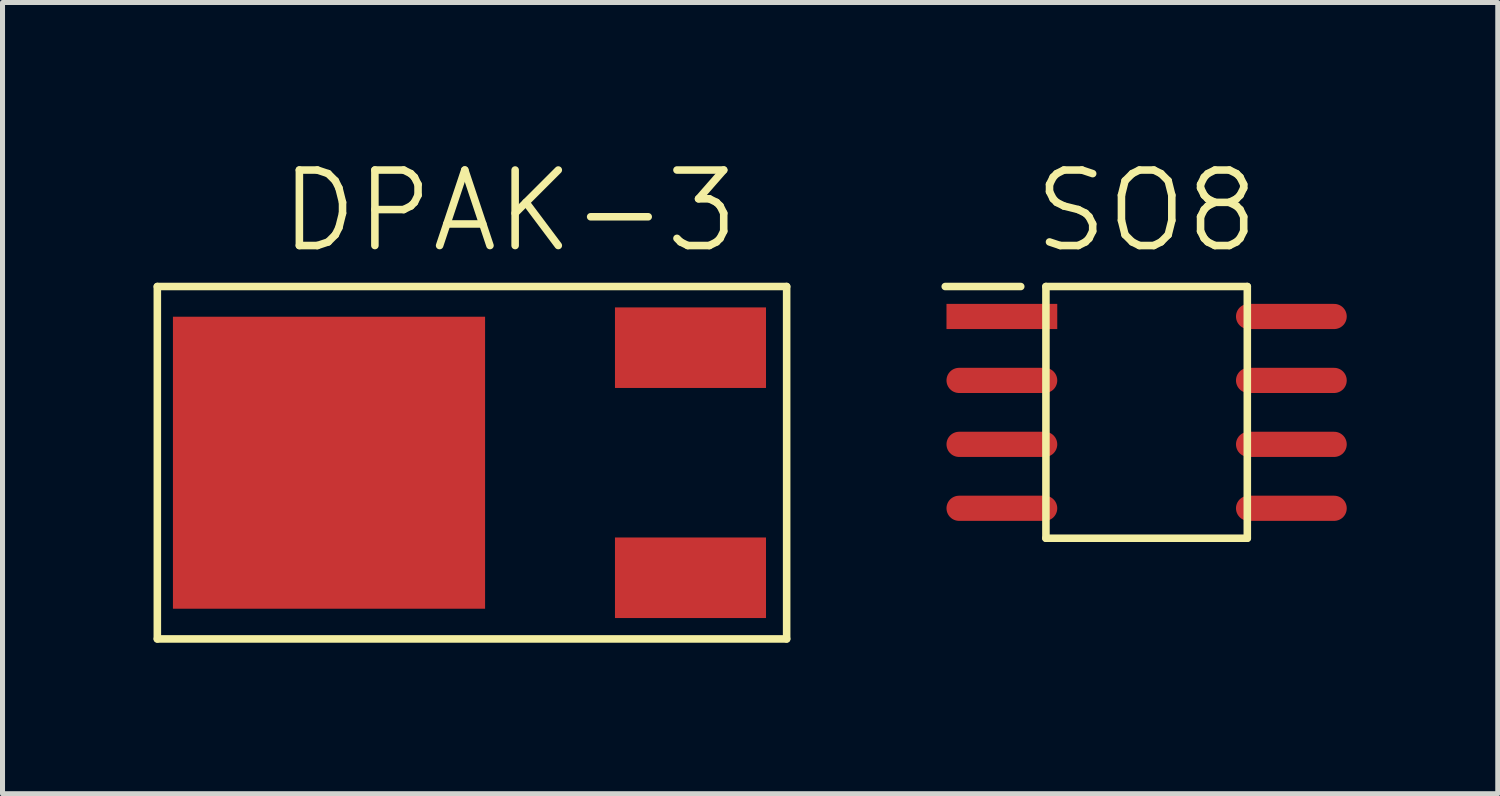
<source format=kicad_pcb>
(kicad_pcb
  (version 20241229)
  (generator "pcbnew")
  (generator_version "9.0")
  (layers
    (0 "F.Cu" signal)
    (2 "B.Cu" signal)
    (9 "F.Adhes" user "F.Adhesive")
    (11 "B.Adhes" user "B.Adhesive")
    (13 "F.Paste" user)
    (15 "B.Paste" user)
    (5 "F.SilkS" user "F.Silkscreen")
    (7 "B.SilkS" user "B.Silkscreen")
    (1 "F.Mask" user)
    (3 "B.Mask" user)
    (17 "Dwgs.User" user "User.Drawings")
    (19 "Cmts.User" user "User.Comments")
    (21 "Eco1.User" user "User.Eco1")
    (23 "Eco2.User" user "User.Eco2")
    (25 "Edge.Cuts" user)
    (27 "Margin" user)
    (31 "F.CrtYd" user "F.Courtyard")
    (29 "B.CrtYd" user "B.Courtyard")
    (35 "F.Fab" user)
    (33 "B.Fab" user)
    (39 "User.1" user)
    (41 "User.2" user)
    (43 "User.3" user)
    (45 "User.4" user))
  (footprint "SO8"
    (layer "F.Cu")
    (at 19.725 5.141)
    (property "Reference" "SO8" (at 0 -4 0) (layer "F.SilkS") (effects (font (size 1.5 1.5) (thickness 0.15))))
    (attr through_hole)
    (fp_line (start -2.5 -2.5) (end -4 -2.5) (stroke (width 0.15) (type solid)) (layer "F.SilkS"))
    (fp_line (start -2 -2.5) (end 2 -2.5) (stroke (width 0.15) (type solid)) (layer "F.SilkS"))
    (fp_line (start -2 2.5) (end -2 -2.5) (stroke (width 0.15) (type solid)) (layer "F.SilkS"))
    (fp_line (start 2 -2.5) (end 2 2.5) (stroke (width 0.15) (type solid)) (layer "F.SilkS"))
    (fp_line (start 2 2.5) (end -2 2.5) (stroke (width 0.15) (type solid)) (layer "F.SilkS"))
    (pad "1" connect rect (at -2.875 -1.905) (size 2.2 0.5) (layers "F.Cu" "F.Mask"))
    (pad "2" connect oval (at -2.875 -0.635) (size 2.2 0.5) (layers "F.Cu" "F.Mask"))
    (pad "3" connect oval (at -2.875 0.635) (size 2.2 0.5) (layers "F.Cu" "F.Mask"))
    (pad "4" connect oval (at -2.875 1.905) (size 2.2 0.5) (layers "F.Cu" "F.Mask"))
    (pad "5" connect oval (at 2.875 1.905) (size 2.2 0.5) (layers "F.Cu" "F.Mask"))
    (pad "6" connect oval (at 2.875 0.635) (size 2.2 0.5) (layers "F.Cu" "F.Mask"))
    (pad "7" connect oval (at 2.875 -0.635) (size 2.2 0.5) (layers "F.Cu" "F.Mask"))
    (pad "8" connect oval (at 2.875 -1.905) (size 2.2 0.5) (layers "F.Cu" "F.Mask")))
  (footprint "DPAK-3"
    (layer "F.Cu")
    (at 7.075 6.141)
    (property "Reference" "DPAK-3" (at 0 -5 0) (layer "F.SilkS") (effects (font (size 1.5 1.5) (thickness 0.15))))
    (attr through_hole)
    (fp_line (start -7 -3.5) (end -7 3.5) (stroke (width 0.15) (type solid)) (layer "F.SilkS"))
    (fp_line (start -7 3.5) (end 5.5 3.5) (stroke (width 0.15) (type solid)) (layer "F.SilkS"))
    (fp_line (start 5.5 -3.5) (end -7 -3.5) (stroke (width 0.15) (type solid)) (layer "F.SilkS"))
    (fp_line (start 5.5 3.5) (end 5.5 -3.5) (stroke (width 0.15) (type solid)) (layer "F.SilkS"))
    (pad "" smd rect (at -3.59 0) (size 6.2 5.8) (layers "B.Mask"))
    (pad "1" smd rect (at 3.59 2.285) (size 3 1.6) (layers "F.Cu" "F.Mask" "F.Paste"))
    (pad "3" smd rect (at 3.59 -2.285) (size 3 1.6) (layers "F.Cu" "F.Mask" "F.Paste"))
    (pad "4" smd rect (at -3.59 0) (size 6.2 5.8) (layers "F.Cu" "F.Mask" "F.Paste")))
  (gr_rect
    (start -3 -3)
    (end 26.7 12.716)
    (stroke (width 0.1) (type default))
    (fill no)
    (layer "Edge.Cuts")))
</source>
